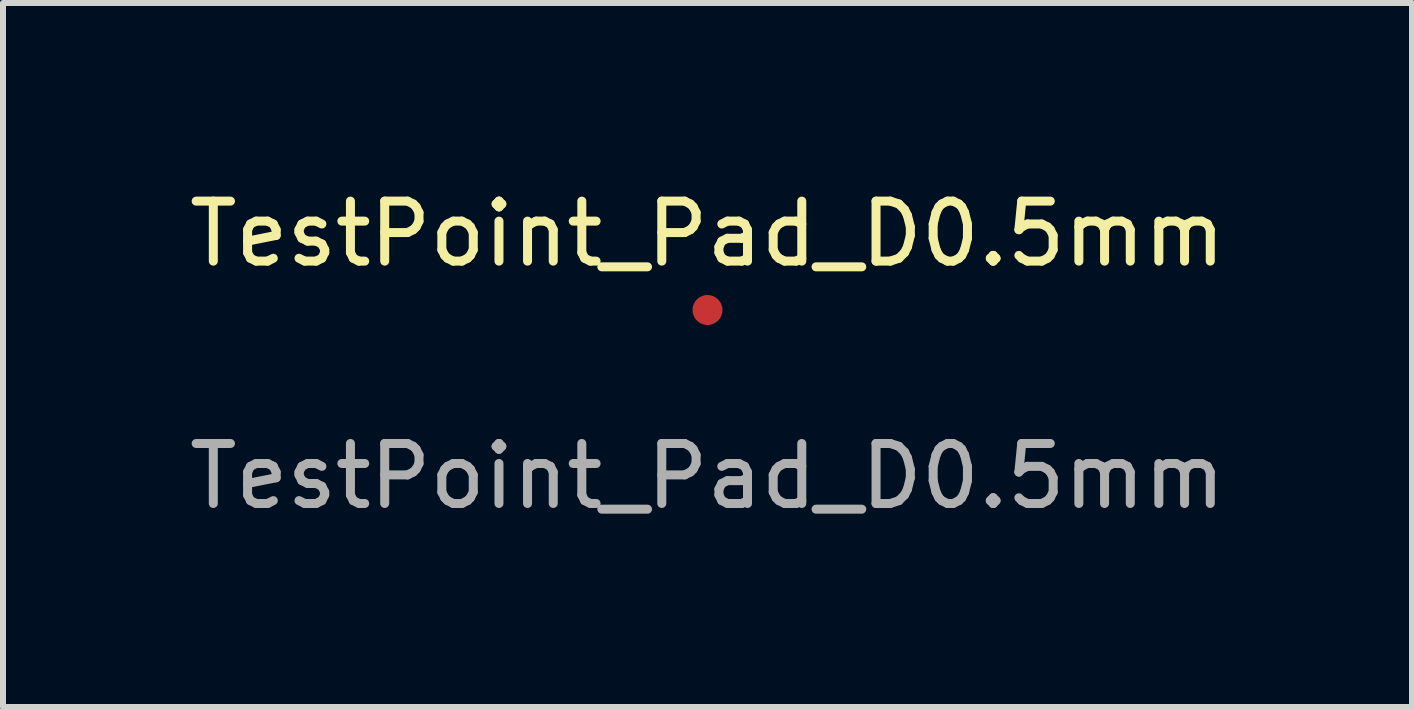
<source format=kicad_pcb>
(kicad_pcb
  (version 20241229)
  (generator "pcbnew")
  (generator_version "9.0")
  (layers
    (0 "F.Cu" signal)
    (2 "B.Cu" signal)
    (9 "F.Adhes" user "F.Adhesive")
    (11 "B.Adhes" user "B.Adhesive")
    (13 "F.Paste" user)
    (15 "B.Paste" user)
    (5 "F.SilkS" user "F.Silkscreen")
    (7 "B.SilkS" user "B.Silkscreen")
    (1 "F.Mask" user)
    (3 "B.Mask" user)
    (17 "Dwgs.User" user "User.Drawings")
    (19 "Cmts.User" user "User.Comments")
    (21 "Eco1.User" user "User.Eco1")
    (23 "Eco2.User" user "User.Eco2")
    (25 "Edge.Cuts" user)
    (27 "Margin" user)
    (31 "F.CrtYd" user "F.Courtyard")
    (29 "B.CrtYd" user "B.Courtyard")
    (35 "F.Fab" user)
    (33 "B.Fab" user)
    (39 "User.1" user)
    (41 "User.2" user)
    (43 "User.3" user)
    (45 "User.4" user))
  (footprint "TestPoint_Pad_D0.5mm"
    (layer "F.Cu")
    (at 8.744 2.118)
    (property "Reference" "TestPoint_Pad_D0.5mm" (at 0 -1.27 0) (unlocked yes) (layer "F.SilkS") (effects (font (size 1 1) (thickness 0.15))))
    (attr exclude_from_pos_files exclude_from_bom allow_missing_courtyard)
    (fp_text user "${REFERENCE}" (at 0 2.77 0) (unlocked yes) (layer "F.Fab") (effects (font (size 1 1) (thickness 0.15))))
    (pad "1" smd circle (at 0 0) (size 0.5 0.5) (property pad_prop_testpoint) (layers "F.Cu" "F.Mask")))
  (gr_rect
    (start -3 -3)
    (end 20.488 8.736)
    (stroke (width 0.1) (type default))
    (fill no)
    (layer "Edge.Cuts")))
</source>
